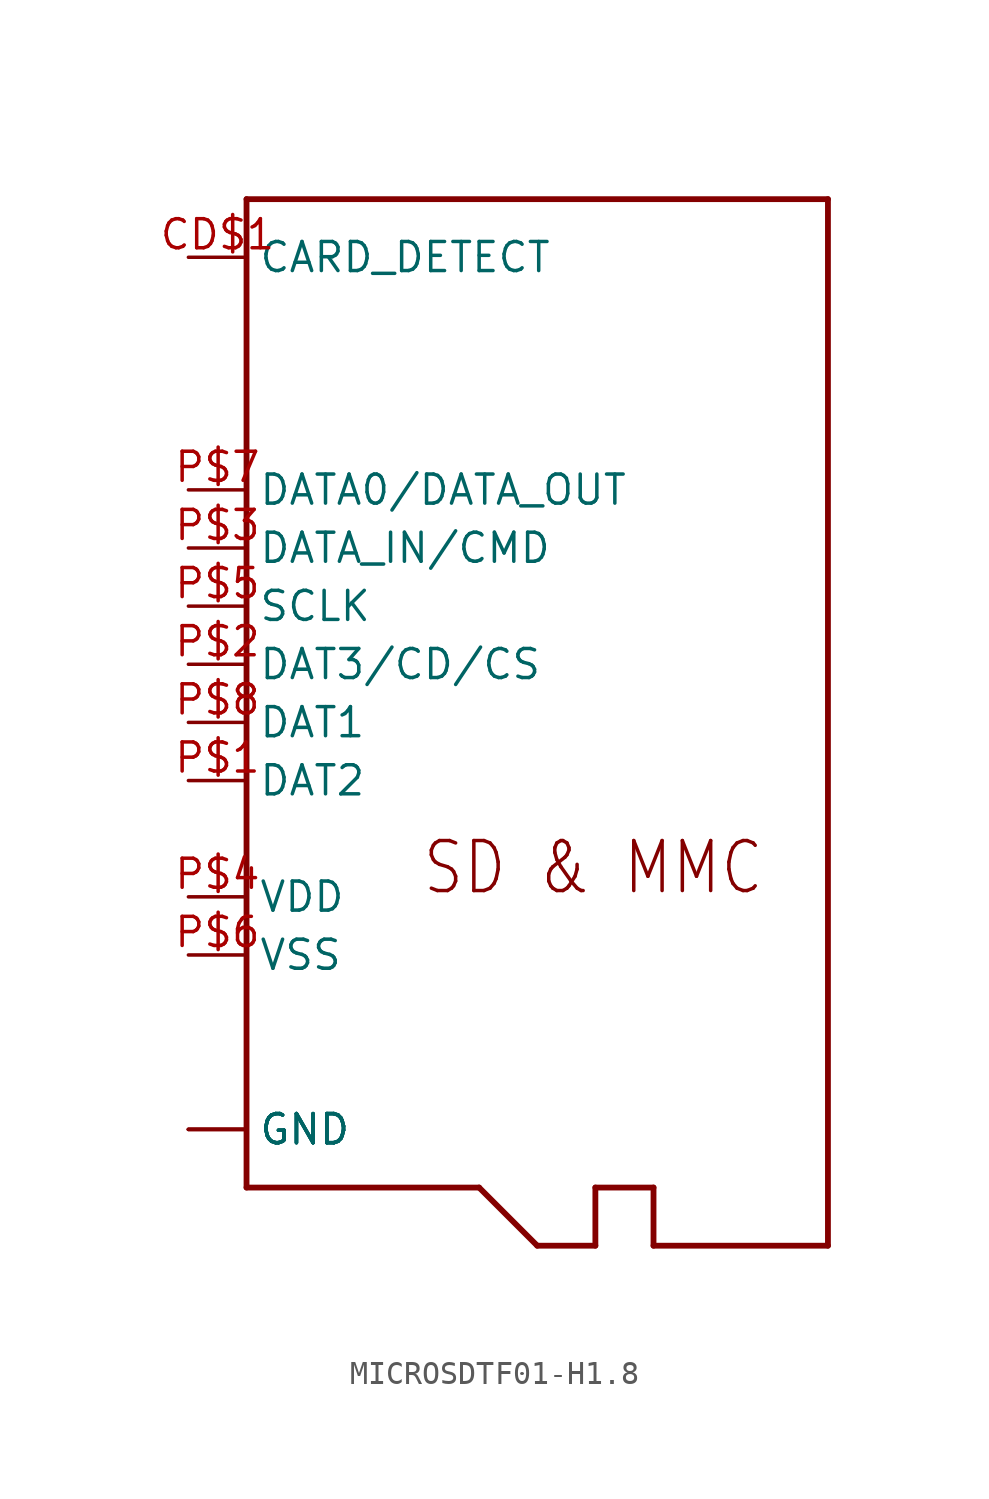
<source format=kicad_sym>
(kicad_symbol_lib
  (version 20231120)
  (generator "kicad_symbol_editor")
  (generator_version "8.0")
  (symbol "MICROSDTF01-H1.8"
    (property "Reference" ""
      (at 0 0 0)
      (effects (font (size 1.27 1.27)) (hide yes)))
    (property "ki_locked" ""
      (at 0 0 0)
      (effects (font (size 1.27 1.27))))
    (symbol "MICROSDTF01-H1.8_1_0"
      (polyline (pts (xy -15.24 -22.86) (xy -5.08 -22.86)) (stroke (width 0.254) (type solid)) (fill (type none)))
      (polyline (pts (xy -15.24 20.32) (xy -15.24 -22.86)) (stroke (width 0.254) (type solid)) (fill (type none)))
      (polyline (pts (xy -5.08 -22.86) (xy -2.54 -25.4)) (stroke (width 0.254) (type solid)) (fill (type none)))
      (polyline (pts (xy -2.54 -25.4) (xy 0 -25.4)) (stroke (width 0.254) (type solid)) (fill (type none)))
      (polyline (pts (xy 0 -25.4) (xy 0 -22.86)) (stroke (width 0.254) (type solid)) (fill (type none)))
      (polyline (pts (xy 0 -22.86) (xy 2.54 -22.86)) (stroke (width 0.254) (type solid)) (fill (type none)))
      (polyline (pts (xy 2.54 -25.4) (xy 10.16 -25.4)) (stroke (width 0.254) (type solid)) (fill (type none)))
      (polyline (pts (xy 2.54 -22.86) (xy 2.54 -25.4)) (stroke (width 0.254) (type solid)) (fill (type none)))
      (polyline (pts (xy 10.16 -25.4) (xy 10.16 20.32)) (stroke (width 0.254) (type solid)) (fill (type none)))
      (polyline (pts (xy 10.16 20.32) (xy -15.24 20.32)) (stroke (width 0.254) (type solid)) (fill (type none)))
      (text "SD & MMC" (at -7.62 -10.16 0) (effects (font (size 2.184 1.857)) (justify left bottom)))
      (pin passive line (at -17.78 17.78 0) (length 2.54) (name "CARD_DETECT" (effects (font (size 1.27 1.27)))) (number "CD$1" (effects (font (size 1.27 1.27)))))
      (pin power_in line (at -17.78 -20.32 0) (length 2.54) (name "GND" (effects (font (size 1.27 1.27)))) (number "GND$1" (effects (font (size 0 0)))))
      (pin power_in line (at -17.78 -20.32 0) (length 2.54) (name "GND" (effects (font (size 1.27 1.27)))) (number "GND$2" (effects (font (size 0 0)))))
      (pin power_in line (at -17.78 -20.32 0) (length 2.54) (name "GND" (effects (font (size 1.27 1.27)))) (number "GND$3" (effects (font (size 0 0)))))
      (pin power_in line (at -17.78 -20.32 0) (length 2.54) (name "GND" (effects (font (size 1.27 1.27)))) (number "GND$4" (effects (font (size 0 0)))))
      (pin bidirectional line (at -17.78 -5.08 0) (length 2.54) (name "DAT2" (effects (font (size 1.27 1.27)))) (number "P$1" (effects (font (size 1.27 1.27)))))
      (pin input line (at -17.78 0 0) (length 2.54) (name "DAT3/CD/CS" (effects (font (size 1.27 1.27)))) (number "P$2" (effects (font (size 1.27 1.27)))))
      (pin input line (at -17.78 5.08 0) (length 2.54) (name "DATA_IN/CMD" (effects (font (size 1.27 1.27)))) (number "P$3" (effects (font (size 1.27 1.27)))))
      (pin power_in line (at -17.78 -10.16 0) (length 2.54) (name "VDD" (effects (font (size 1.27 1.27)))) (number "P$4" (effects (font (size 1.27 1.27)))))
      (pin input line (at -17.78 2.54 0) (length 2.54) (name "SCLK" (effects (font (size 1.27 1.27)))) (number "P$5" (effects (font (size 1.27 1.27)))))
      (pin power_in line (at -17.78 -12.7 0) (length 2.54) (name "VSS" (effects (font (size 1.27 1.27)))) (number "P$6" (effects (font (size 1.27 1.27)))))
      (pin output line (at -17.78 7.62 0) (length 2.54) (name "DATA0/DATA_OUT" (effects (font (size 1.27 1.27)))) (number "P$7" (effects (font (size 1.27 1.27)))))
      (pin bidirectional line (at -17.78 -2.54 0) (length 2.54) (name "DAT1" (effects (font (size 1.27 1.27)))) (number "P$8" (effects (font (size 1.27 1.27))))))))
</source>
